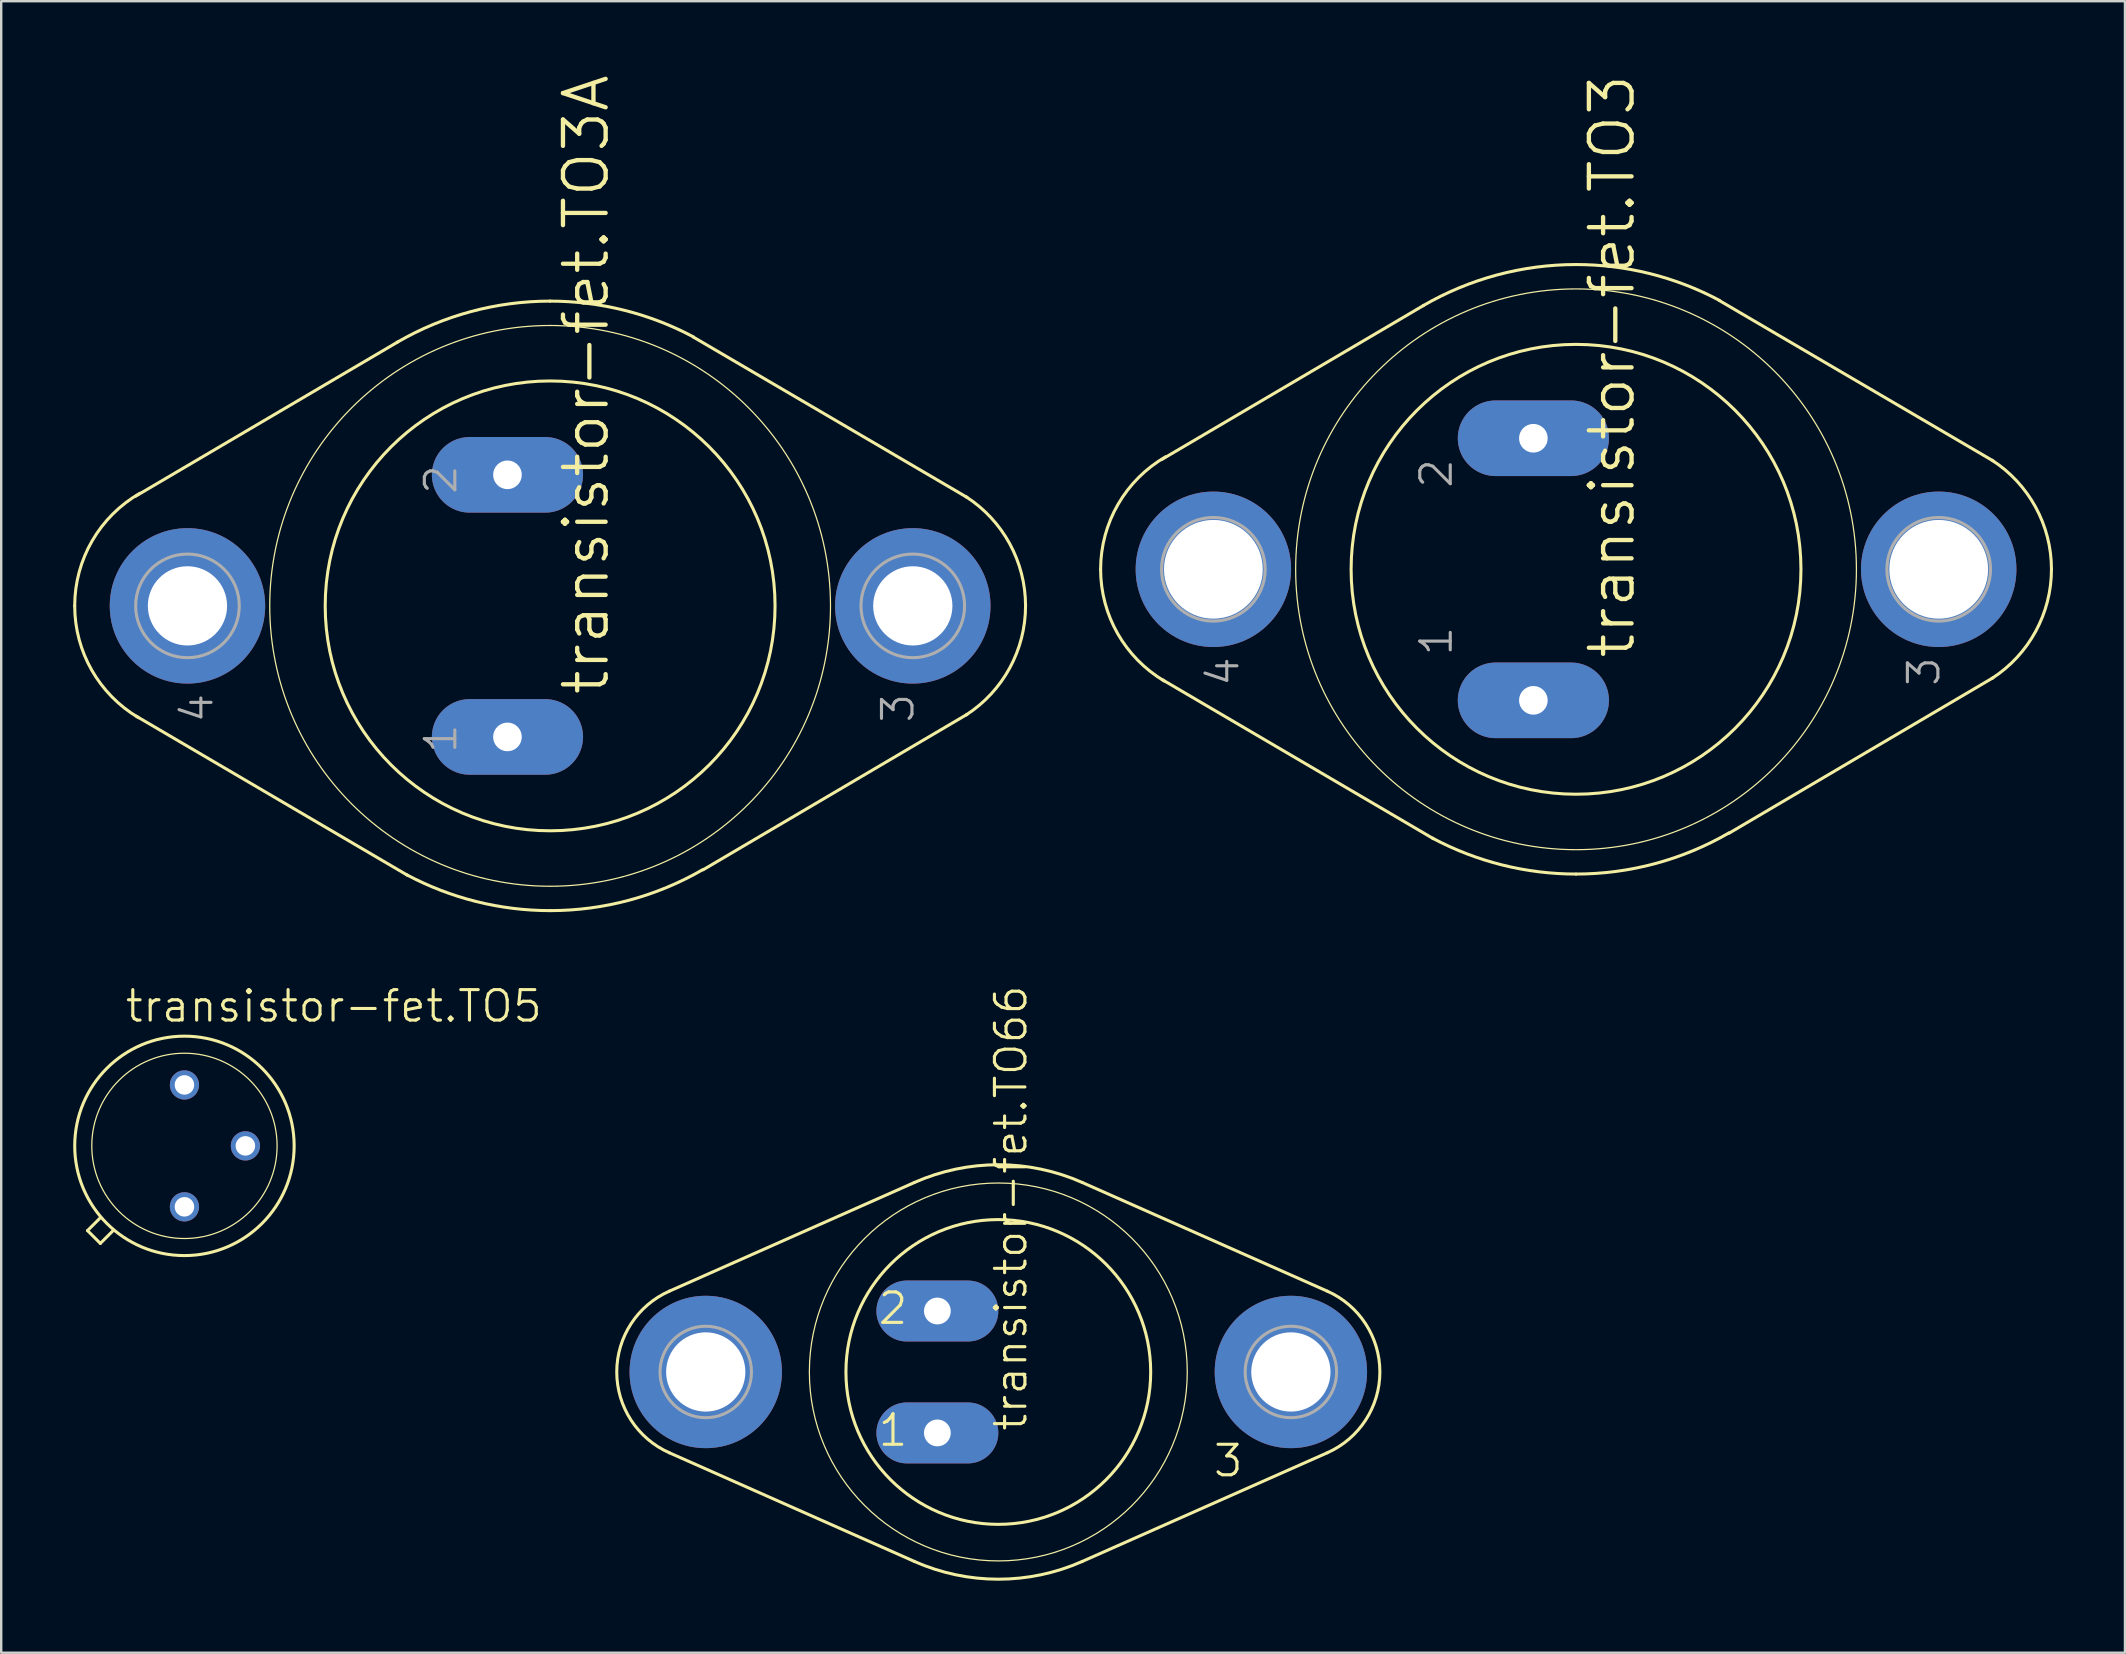
<source format=kicad_pcb>
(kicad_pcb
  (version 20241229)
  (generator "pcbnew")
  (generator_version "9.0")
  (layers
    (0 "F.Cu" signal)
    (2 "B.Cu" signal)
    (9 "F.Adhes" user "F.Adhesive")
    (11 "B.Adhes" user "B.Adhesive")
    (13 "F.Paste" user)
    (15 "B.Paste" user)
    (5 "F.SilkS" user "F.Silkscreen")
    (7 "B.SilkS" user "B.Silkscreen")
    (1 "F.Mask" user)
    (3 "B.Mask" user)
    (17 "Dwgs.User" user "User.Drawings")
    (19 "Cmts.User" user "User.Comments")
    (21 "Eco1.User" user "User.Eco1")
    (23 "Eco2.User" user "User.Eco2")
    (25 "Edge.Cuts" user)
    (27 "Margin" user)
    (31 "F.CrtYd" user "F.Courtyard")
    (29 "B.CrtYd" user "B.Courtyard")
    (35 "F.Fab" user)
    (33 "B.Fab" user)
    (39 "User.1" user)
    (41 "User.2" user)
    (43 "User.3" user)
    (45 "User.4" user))
  (footprint "transistor-fet.TO3A"
    (layer "F.Cu")
    (at 19.875 22.198)
    (property "Reference" "transistor-fet.TO3A" (at 2.54 3.81 90) (layer "F.SilkS") (effects (font (size 1.778 1.778) (thickness 0.18)) (justify left bottom)))
    (attr through_hole)
    (fp_line (start -6.35 -10.998) (end -17.272 -4.572) (stroke (width 0.127) (type default)) (layer "F.SilkS"))
    (fp_line (start -5.944 11.227) (end -17.247 4.597) (stroke (width 0.127) (type default)) (layer "F.SilkS"))
    (fp_line (start 5.969 -11.201) (end 17.374 -4.521) (stroke (width 0.127) (type default)) (layer "F.SilkS"))
    (fp_line (start 6.375 10.998) (end 17.374 4.521) (stroke (width 0.127) (type default)) (layer "F.SilkS"))
    (fp_arc (start -19.812 0) (mid -19.08306 -2.712168) (end -17.0927 -4.6935) (stroke (width 0.127) (type default)) (layer "F.SilkS"))
    (fp_arc (start -17.1555 4.657) (mid -19.101186 2.680705) (end -19.812 0) (stroke (width 0.127) (type default)) (layer "F.SilkS"))
    (fp_arc (start -6.3718 -10.9859) (mid -3.299165 -12.263988) (end 0 -12.7) (stroke (width 0.127) (type default)) (layer "F.SilkS"))
    (fp_arc (start 0 -12.7) (mid 3.080216 -12.320822) (end 5.9765 -11.2059) (stroke (width 0.127) (type default)) (layer "F.SilkS"))
    (fp_arc (start 0 12.7) (mid -3.080216 12.320822) (end -5.9765 11.2059) (stroke (width 0.127) (type default)) (layer "F.SilkS"))
    (fp_arc (start 6.3718 10.9859) (mid 3.299165 12.263988) (end 0 12.7) (stroke (width 0.127) (type default)) (layer "F.SilkS"))
    (fp_arc (start 17.3366 -4.545) (mid 19.153011 -2.587691) (end 19.812 0) (stroke (width 0.127) (type default)) (layer "F.SilkS"))
    (fp_arc (start 19.812 0) (mid 19.153011 2.587691) (end 17.3366 4.545) (stroke (width 0.127) (type default)) (layer "F.SilkS"))
    (fp_circle (center 0 0) (end 9.373 0) (stroke (width 0.127) (type default)) (fill no) (layer "F.SilkS"))
    (fp_circle (center 0 0) (end 11.684 0) (stroke (width 0.051) (type default)) (fill no) (layer "F.SilkS"))
    (fp_circle (center -15.113 0) (end -12.954 0) (stroke (width 0.127) (type default)) (fill no) (layer "F.Fab"))
    (fp_circle (center 15.113 0) (end 17.272 0) (stroke (width 0.127) (type default)) (fill no) (layer "F.Fab"))
    (fp_text user "1" (at -3.81 6.223 90) (layer "F.Fab") (effects (font (size 1.27 1.27) (thickness 0.13)) (justify left bottom)))
    (fp_text user "3" (at 15.24 4.953 90) (layer "F.Fab") (effects (font (size 1.27 1.27) (thickness 0.13)) (justify left bottom)))
    (fp_text user "2" (at -3.81 -4.572 90) (layer "F.Fab") (effects (font (size 1.27 1.27) (thickness 0.13)) (justify left bottom)))
    (fp_text user "4" (at -13.97 4.953 90) (layer "F.Fab") (effects (font (size 1.27 1.27) (thickness 0.13)) (justify left bottom)))
    (pad "1" thru_hole oval (at -1.778 5.461) (size 6.299 3.15) (drill 1.194) (layers "*.Cu" "*.Mask"))
    (pad "2" thru_hole oval (at -1.778 -5.461) (size 6.299 3.15) (drill 1.194) (layers "*.Cu" "*.Mask"))
    (pad "3" thru_hole circle (at 15.113 0) (size 6.477 6.477) (drill 3.302) (layers "*.Cu" "*.Mask"))
    (pad "4" thru_hole circle (at -15.113 0) (size 6.477 6.477) (drill 3.302) (layers "*.Cu" "*.Mask")))
  (footprint "transistor-fet.TO66"
    (layer "F.Cu")
    (at 38.552 54.123)
    (property "Reference" "transistor-fet.TO66" (at 1.27 2.54 90) (layer "F.SilkS") (effects (font (size 1.27 1.27) (thickness 0.13)) (justify left bottom)))
    (attr through_hole)
    (fp_line (start -3.501 -7.894) (end -13.71 -3.367) (stroke (width 0.127) (type default)) (layer "F.SilkS"))
    (fp_line (start -3.501 7.894) (end -13.71 3.367) (stroke (width 0.127) (type default)) (layer "F.SilkS"))
    (fp_line (start 3.501 -7.894) (end 13.71 -3.367) (stroke (width 0.127) (type default)) (layer "F.SilkS"))
    (fp_line (start 3.501 7.894) (end 13.71 3.367) (stroke (width 0.127) (type default)) (layer "F.SilkS"))
    (fp_arc (start -13.7105 3.3668) (mid -15.900436 0) (end -13.7105 -3.3668) (stroke (width 0.127) (type default)) (layer "F.SilkS"))
    (fp_arc (start -3.5011 -7.8945) (mid 0 -8.636019) (end 3.5011 -7.8945) (stroke (width 0.127) (type default)) (layer "F.SilkS"))
    (fp_arc (start 3.5011 7.8945) (mid 0 8.636019) (end -3.5011 7.8945) (stroke (width 0.127) (type default)) (layer "F.SilkS"))
    (fp_arc (start 13.7105 -3.3668) (mid 15.900436 0) (end 13.7105 3.3668) (stroke (width 0.127) (type default)) (layer "F.SilkS"))
    (fp_circle (center 0 0) (end 6.35 0) (stroke (width 0.127) (type default)) (fill no) (layer "F.SilkS"))
    (fp_circle (center 0 0) (end 7.874 0) (stroke (width 0.051) (type default)) (fill no) (layer "F.SilkS"))
    (fp_circle (center -12.192 0) (end -10.287 0) (stroke (width 0.127) (type default)) (fill no) (layer "F.Fab"))
    (fp_circle (center 12.192 0) (end 14.097 0) (stroke (width 0.127) (type default)) (fill no) (layer "F.Fab"))
    (fp_text user "1" (at -5.08 3.175 0) (layer "F.SilkS") (effects (font (size 1.27 1.27) (thickness 0.13)) (justify left bottom)))
    (fp_text user "2" (at -5.08 -1.905 0) (layer "F.SilkS") (effects (font (size 1.27 1.27) (thickness 0.13)) (justify left bottom)))
    (fp_text user "3" (at 8.89 4.445 0) (layer "F.SilkS") (effects (font (size 1.27 1.27) (thickness 0.13)) (justify left bottom)))
    (pad "1" thru_hole oval (at -2.54 2.54) (size 5.08 2.54) (drill 1.118) (layers "*.Cu" "*.Mask"))
    (pad "2" thru_hole oval (at -2.54 -2.54) (size 5.08 2.54) (drill 1.118) (layers "*.Cu" "*.Mask"))
    (pad "3" thru_hole circle (at 12.192 0) (size 6.35 6.35) (drill 3.302) (layers "*.Cu" "*.Mask"))
    (pad "TO66" thru_hole circle (at -12.192 0) (size 6.35 6.35) (drill 3.302) (layers "*.Cu" "*.Mask")))
  (footprint "transistor-fet.TO3"
    (layer "F.Cu")
    (at 62.627 20.674)
    (property "Reference" "transistor-fet.TO3" (at 2.54 3.81 90) (layer "F.SilkS") (effects (font (size 1.778 1.778) (thickness 0.18)) (justify left bottom)))
    (attr through_hole)
    (fp_line (start -6.35 -10.998) (end -17.272 -4.572) (stroke (width 0.127) (type default)) (layer "F.SilkS"))
    (fp_line (start -5.944 11.227) (end -17.247 4.597) (stroke (width 0.127) (type default)) (layer "F.SilkS"))
    (fp_line (start 5.969 -11.201) (end 17.374 -4.521) (stroke (width 0.127) (type default)) (layer "F.SilkS"))
    (fp_line (start 6.375 10.998) (end 17.374 4.521) (stroke (width 0.127) (type default)) (layer "F.SilkS"))
    (fp_arc (start -19.812 0) (mid -19.08306 -2.712168) (end -17.0927 -4.6935) (stroke (width 0.127) (type default)) (layer "F.SilkS"))
    (fp_arc (start -17.1555 4.657) (mid -19.101186 2.680705) (end -19.812 0) (stroke (width 0.127) (type default)) (layer "F.SilkS"))
    (fp_arc (start -6.3718 -10.9859) (mid -3.299165 -12.263988) (end 0 -12.7) (stroke (width 0.127) (type default)) (layer "F.SilkS"))
    (fp_arc (start 0 -12.7) (mid 3.080216 -12.320822) (end 5.9765 -11.2059) (stroke (width 0.127) (type default)) (layer "F.SilkS"))
    (fp_arc (start 0 12.7) (mid -3.080216 12.320822) (end -5.9765 11.2059) (stroke (width 0.127) (type default)) (layer "F.SilkS"))
    (fp_arc (start 6.3718 10.9859) (mid 3.299165 12.263988) (end 0 12.7) (stroke (width 0.127) (type default)) (layer "F.SilkS"))
    (fp_arc (start 17.3366 -4.545) (mid 19.153011 -2.587691) (end 19.812 0) (stroke (width 0.127) (type default)) (layer "F.SilkS"))
    (fp_arc (start 19.812 0) (mid 19.153011 2.587691) (end 17.3366 4.545) (stroke (width 0.127) (type default)) (layer "F.SilkS"))
    (fp_circle (center 0 0) (end 9.373 0) (stroke (width 0.127) (type default)) (fill no) (layer "F.SilkS"))
    (fp_circle (center 0 0) (end 11.684 0) (stroke (width 0.051) (type default)) (fill no) (layer "F.SilkS"))
    (fp_circle (center -15.113 0) (end -12.954 0) (stroke (width 0.127) (type default)) (fill no) (layer "F.Fab"))
    (fp_circle (center 15.113 0) (end 17.272 0) (stroke (width 0.127) (type default)) (fill no) (layer "F.Fab"))
    (fp_text user "1" (at -5.08 3.683 90) (layer "F.Fab") (effects (font (size 1.27 1.27) (thickness 0.13)) (justify left bottom)))
    (fp_text user "4" (at -13.97 4.953 90) (layer "F.Fab") (effects (font (size 1.27 1.27) (thickness 0.13)) (justify left bottom)))
    (fp_text user "3" (at 15.24 4.953 90) (layer "F.Fab") (effects (font (size 1.27 1.27) (thickness 0.13)) (justify left bottom)))
    (fp_text user "2" (at -5.08 -3.302 90) (layer "F.Fab") (effects (font (size 1.27 1.27) (thickness 0.13)) (justify left bottom)))
    (pad "1" thru_hole oval (at -1.778 5.461) (size 6.299 3.15) (drill 1.194) (layers "*.Cu" "*.Mask"))
    (pad "2" thru_hole oval (at -1.778 -5.461) (size 6.299 3.15) (drill 1.194) (layers "*.Cu" "*.Mask"))
    (pad "3" thru_hole circle (at 15.113 0) (size 6.477 6.477) (drill 4.115) (layers "*.Cu" "*.Mask"))
    (pad "4" thru_hole circle (at -15.113 0) (size 6.477 6.477) (drill 4.115) (layers "*.Cu" "*.Mask")))
  (footprint "transistor-fet.TO5"
    (layer "F.Cu")
    (at 4.636 44.701)
    (property "Reference" "transistor-fet.TO5" (at -2.54 -5.08 0) (layer "F.SilkS") (effects (font (size 1.27 1.27) (thickness 0.13)) (justify left bottom)))
    (attr through_hole)
    (fp_line (start -4.039 3.531) (end -3.505 2.997) (stroke (width 0.127) (type default)) (layer "F.SilkS"))
    (fp_line (start -3.505 4.064) (end -4.039 3.531) (stroke (width 0.127) (type default)) (layer "F.SilkS"))
    (fp_line (start -2.972 3.531) (end -3.505 4.064) (stroke (width 0.127) (type default)) (layer "F.SilkS"))
    (fp_circle (center 0 0) (end 3.861 0) (stroke (width 0.051) (type default)) (fill no) (layer "F.SilkS"))
    (fp_circle (center 0 0) (end 4.572 0) (stroke (width 0.127) (type default)) (fill no) (layer "F.SilkS"))
    (pad "1" thru_hole circle (at 0 2.54) (size 1.219 1.219) (drill 0.813) (layers "*.Cu" "*.Mask"))
    (pad "2" thru_hole circle (at 2.54 0) (size 1.219 1.219) (drill 0.813) (layers "*.Cu" "*.Mask"))
    (pad "3" thru_hole circle (at 0 -2.54) (size 1.219 1.219) (drill 0.813) (layers "*.Cu" "*.Mask")))
  (gr_rect
    (start -3 -3)
    (end 85.502 65.823)
    (stroke (width 0.1) (type default))
    (fill no)
    (layer "Edge.Cuts")))
</source>
